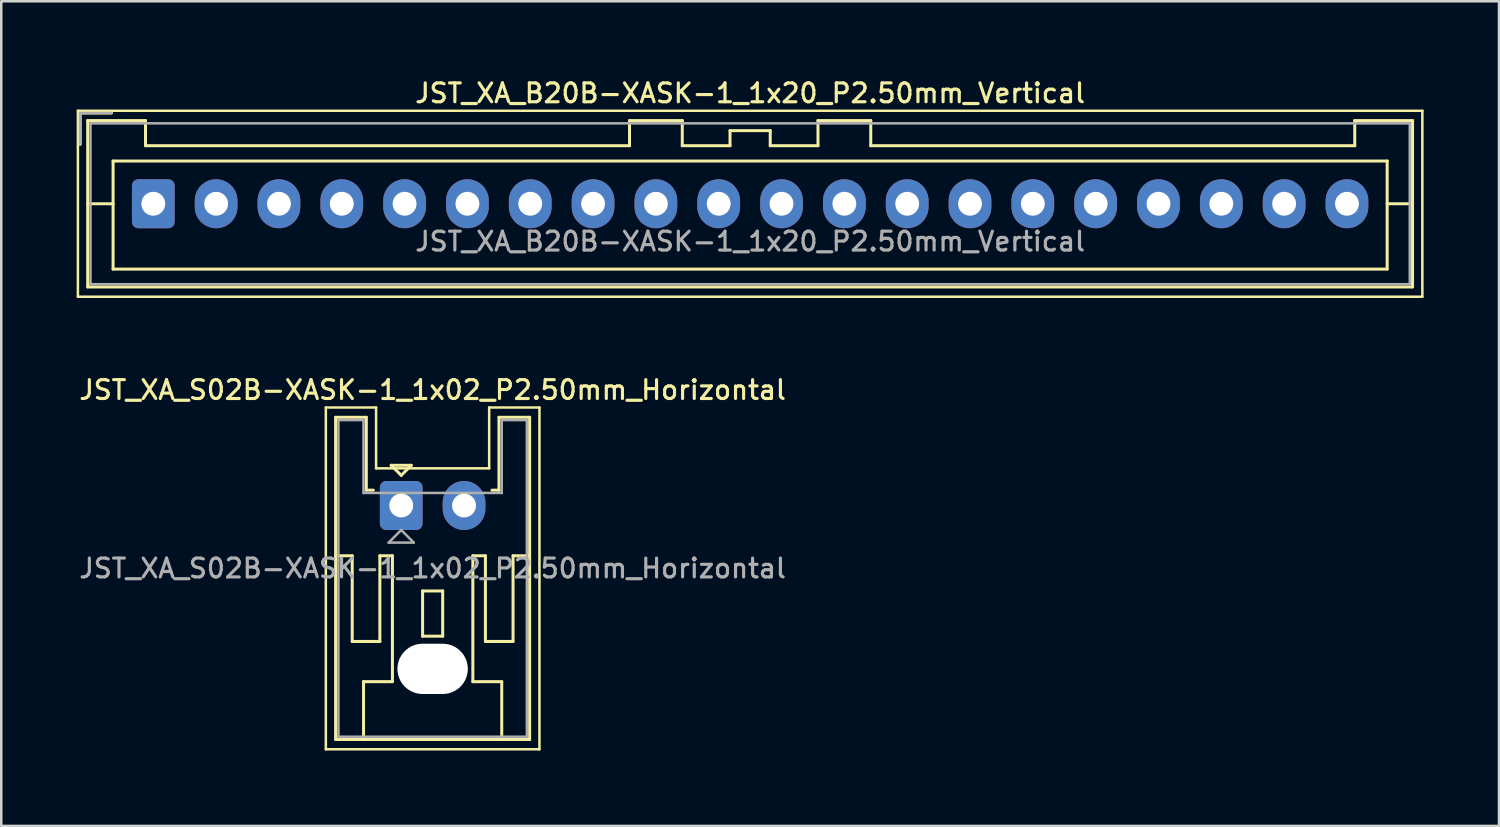
<source format=kicad_pcb>
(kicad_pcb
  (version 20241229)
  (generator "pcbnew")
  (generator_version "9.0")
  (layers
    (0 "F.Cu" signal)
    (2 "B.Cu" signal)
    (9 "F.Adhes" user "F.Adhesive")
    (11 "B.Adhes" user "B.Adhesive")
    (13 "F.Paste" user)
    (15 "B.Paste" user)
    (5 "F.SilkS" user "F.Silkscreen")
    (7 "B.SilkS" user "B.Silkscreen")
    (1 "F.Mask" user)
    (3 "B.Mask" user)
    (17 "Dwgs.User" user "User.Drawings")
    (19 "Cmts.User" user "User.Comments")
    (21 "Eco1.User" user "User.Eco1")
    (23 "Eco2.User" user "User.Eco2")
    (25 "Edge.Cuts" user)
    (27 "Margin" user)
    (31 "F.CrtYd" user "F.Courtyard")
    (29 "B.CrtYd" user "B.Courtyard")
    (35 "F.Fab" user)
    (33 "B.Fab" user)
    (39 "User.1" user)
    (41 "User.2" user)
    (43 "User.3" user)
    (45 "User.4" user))
  (footprint "JST_XA_B20B-XASK-1_1x20_P2.50mm_Vertical"
    (layer "F.Cu")
    (at 3.05 5.058)
    (property "Reference" "JST_XA_B20B-XASK-1_1x20_P2.50mm_Vertical" (at 23.75 -4.4 0) (layer "F.SilkS") (effects (font (size 0.75 0.75) (thickness 0.125))))
    (attr through_hole)
    (fp_line (start -3 -3.7) (end -3 3.7) (stroke (width 0.1) (type solid)) (layer "F.SilkS"))
    (fp_line (start -3 3.7) (end 50.5 3.7) (stroke (width 0.1) (type solid)) (layer "F.SilkS"))
    (fp_line (start -2.91 -3.61) (end -2.91 -2.36) (stroke (width 0.12) (type solid)) (layer "F.SilkS"))
    (fp_line (start -2.61 -3.31) (end -2.61 3.31) (stroke (width 0.12) (type solid)) (layer "F.SilkS"))
    (fp_line (start -2.61 0) (end -1.6 0) (stroke (width 0.12) (type solid)) (layer "F.SilkS"))
    (fp_line (start -2.61 3.31) (end 50.11 3.31) (stroke (width 0.12) (type solid)) (layer "F.SilkS"))
    (fp_line (start -1.66 -3.61) (end -2.91 -3.61) (stroke (width 0.12) (type solid)) (layer "F.SilkS"))
    (fp_line (start -1.6 -1.7) (end -1.6 2.6) (stroke (width 0.12) (type solid)) (layer "F.SilkS"))
    (fp_line (start -1.6 2.6) (end 49.1 2.6) (stroke (width 0.12) (type solid)) (layer "F.SilkS"))
    (fp_line (start -0.31 -3.31) (end -2.61 -3.31) (stroke (width 0.12) (type solid)) (layer "F.SilkS"))
    (fp_line (start -0.31 -2.31) (end -0.31 -3.31) (stroke (width 0.12) (type solid)) (layer "F.SilkS"))
    (fp_line (start 18.95 -3.31) (end 18.95 -2.31) (stroke (width 0.12) (type solid)) (layer "F.SilkS"))
    (fp_line (start 18.95 -2.31) (end -0.31 -2.31) (stroke (width 0.12) (type solid)) (layer "F.SilkS"))
    (fp_line (start 21.05 -3.31) (end 18.95 -3.31) (stroke (width 0.12) (type solid)) (layer "F.SilkS"))
    (fp_line (start 21.05 -2.31) (end 21.05 -3.31) (stroke (width 0.12) (type solid)) (layer "F.SilkS"))
    (fp_line (start 22.95 -2.91) (end 22.95 -2.31) (stroke (width 0.12) (type solid)) (layer "F.SilkS"))
    (fp_line (start 22.95 -2.31) (end 21.05 -2.31) (stroke (width 0.12) (type solid)) (layer "F.SilkS"))
    (fp_line (start 24.55 -2.91) (end 22.95 -2.91) (stroke (width 0.12) (type solid)) (layer "F.SilkS"))
    (fp_line (start 24.55 -2.31) (end 24.55 -2.91) (stroke (width 0.12) (type solid)) (layer "F.SilkS"))
    (fp_line (start 26.45 -3.31) (end 26.45 -2.31) (stroke (width 0.12) (type solid)) (layer "F.SilkS"))
    (fp_line (start 26.45 -2.31) (end 24.55 -2.31) (stroke (width 0.12) (type solid)) (layer "F.SilkS"))
    (fp_line (start 28.55 -3.31) (end 26.45 -3.31) (stroke (width 0.12) (type solid)) (layer "F.SilkS"))
    (fp_line (start 28.55 -2.31) (end 28.55 -3.31) (stroke (width 0.12) (type solid)) (layer "F.SilkS"))
    (fp_line (start 47.81 -3.31) (end 47.81 -2.31) (stroke (width 0.12) (type solid)) (layer "F.SilkS"))
    (fp_line (start 47.81 -2.31) (end 28.55 -2.31) (stroke (width 0.12) (type solid)) (layer "F.SilkS"))
    (fp_line (start 49.1 -1.7) (end -1.6 -1.7) (stroke (width 0.12) (type solid)) (layer "F.SilkS"))
    (fp_line (start 49.1 2.6) (end 49.1 -1.7) (stroke (width 0.12) (type solid)) (layer "F.SilkS"))
    (fp_line (start 50.11 -3.31) (end 47.81 -3.31) (stroke (width 0.12) (type solid)) (layer "F.SilkS"))
    (fp_line (start 50.11 0) (end 49.1 0) (stroke (width 0.12) (type solid)) (layer "F.SilkS"))
    (fp_line (start 50.11 3.31) (end 50.11 -3.31) (stroke (width 0.12) (type solid)) (layer "F.SilkS"))
    (fp_line (start 50.5 -3.7) (end -3 -3.7) (stroke (width 0.1) (type solid)) (layer "F.SilkS"))
    (fp_line (start 50.5 3.7) (end 50.5 -3.7) (stroke (width 0.1) (type solid)) (layer "F.SilkS"))
    (fp_line (start -2.91 -3.61) (end -2.91 -2.36) (stroke (width 0.1) (type solid)) (layer "F.Fab"))
    (fp_line (start -2.5 -3.2) (end -2.5 3.2) (stroke (width 0.1) (type solid)) (layer "F.Fab"))
    (fp_line (start -2.5 3.2) (end 50 3.2) (stroke (width 0.1) (type solid)) (layer "F.Fab"))
    (fp_line (start -1.66 -3.61) (end -2.91 -3.61) (stroke (width 0.1) (type solid)) (layer "F.Fab"))
    (fp_line (start 50 -3.2) (end -2.5 -3.2) (stroke (width 0.1) (type solid)) (layer "F.Fab"))
    (fp_line (start 50 3.2) (end 50 -3.2) (stroke (width 0.1) (type solid)) (layer "F.Fab"))
    (fp_text user "${REFERENCE}" (at 23.75 1.5 0) (layer "F.Fab") (effects (font (size 0.75 0.75) (thickness 0.125))))
    (pad "1" thru_hole roundrect (at 0 0) (size 1.7 1.95) (drill 0.95) (layers "*.Cu" "*.Mask") (roundrect_rratio 0.147))
    (pad "2" thru_hole oval (at 2.5 0) (size 1.7 1.95) (drill 0.95) (layers "*.Cu" "*.Mask"))
    (pad "3" thru_hole oval (at 5 0) (size 1.7 1.95) (drill 0.95) (layers "*.Cu" "*.Mask"))
    (pad "4" thru_hole oval (at 7.5 0) (size 1.7 1.95) (drill 0.95) (layers "*.Cu" "*.Mask"))
    (pad "5" thru_hole oval (at 10 0) (size 1.7 1.95) (drill 0.95) (layers "*.Cu" "*.Mask"))
    (pad "6" thru_hole oval (at 12.5 0) (size 1.7 1.95) (drill 0.95) (layers "*.Cu" "*.Mask"))
    (pad "7" thru_hole oval (at 15 0) (size 1.7 1.95) (drill 0.95) (layers "*.Cu" "*.Mask"))
    (pad "8" thru_hole oval (at 17.5 0) (size 1.7 1.95) (drill 0.95) (layers "*.Cu" "*.Mask"))
    (pad "9" thru_hole oval (at 20 0) (size 1.7 1.95) (drill 0.95) (layers "*.Cu" "*.Mask"))
    (pad "10" thru_hole oval (at 22.5 0) (size 1.7 1.95) (drill 0.95) (layers "*.Cu" "*.Mask"))
    (pad "11" thru_hole oval (at 25 0) (size 1.7 1.95) (drill 0.95) (layers "*.Cu" "*.Mask"))
    (pad "12" thru_hole oval (at 27.5 0) (size 1.7 1.95) (drill 0.95) (layers "*.Cu" "*.Mask"))
    (pad "13" thru_hole oval (at 30 0) (size 1.7 1.95) (drill 0.95) (layers "*.Cu" "*.Mask"))
    (pad "14" thru_hole oval (at 32.5 0) (size 1.7 1.95) (drill 0.95) (layers "*.Cu" "*.Mask"))
    (pad "15" thru_hole oval (at 35 0) (size 1.7 1.95) (drill 0.95) (layers "*.Cu" "*.Mask"))
    (pad "16" thru_hole oval (at 37.5 0) (size 1.7 1.95) (drill 0.95) (layers "*.Cu" "*.Mask"))
    (pad "17" thru_hole oval (at 40 0) (size 1.7 1.95) (drill 0.95) (layers "*.Cu" "*.Mask"))
    (pad "18" thru_hole oval (at 42.5 0) (size 1.7 1.95) (drill 0.95) (layers "*.Cu" "*.Mask"))
    (pad "19" thru_hole oval (at 45 0) (size 1.7 1.95) (drill 0.95) (layers "*.Cu" "*.Mask"))
    (pad "20" thru_hole oval (at 47.5 0) (size 1.7 1.95) (drill 0.95) (layers "*.Cu" "*.Mask")))
  (footprint "JST_XA_S02B-XASK-1_1x02_P2.50mm_Horizontal"
    (layer "F.Cu")
    (at 12.916 17.066)
    (property "Reference" "JST_XA_S02B-XASK-1_1x02_P2.50mm_Horizontal" (at 1.25 -4.6 0) (layer "F.SilkS") (effects (font (size 0.75 0.75) (thickness 0.125))))
    (attr through_hole)
    (fp_line (start -3 -3.9) (end -3 9.7) (stroke (width 0.1) (type solid)) (layer "F.SilkS"))
    (fp_line (start -3 9.7) (end 5.5 9.7) (stroke (width 0.1) (type solid)) (layer "F.SilkS"))
    (fp_line (start -2.61 -3.51) (end -2.61 9.31) (stroke (width 0.12) (type solid)) (layer "F.SilkS"))
    (fp_line (start -2.61 9.31) (end 5.11 9.31) (stroke (width 0.12) (type solid)) (layer "F.SilkS"))
    (fp_line (start -1.95 2) (end -2.61 2) (stroke (width 0.12) (type solid)) (layer "F.SilkS"))
    (fp_line (start -1.95 5.41) (end -1.95 2) (stroke (width 0.12) (type solid)) (layer "F.SilkS"))
    (fp_line (start -1.5 7.01) (end -0.35 7.01) (stroke (width 0.12) (type solid)) (layer "F.SilkS"))
    (fp_line (start -1.5 9.31) (end -1.5 7.01) (stroke (width 0.12) (type solid)) (layer "F.SilkS"))
    (fp_line (start -1.39 -3.51) (end -2.61 -3.51) (stroke (width 0.12) (type solid)) (layer "F.SilkS"))
    (fp_line (start -1.39 -0.61) (end -1.39 -3.51) (stroke (width 0.12) (type solid)) (layer "F.SilkS"))
    (fp_line (start -1.11 -0.61) (end -1.39 -0.61) (stroke (width 0.12) (type solid)) (layer "F.SilkS"))
    (fp_line (start -1 -3.9) (end -3 -3.9) (stroke (width 0.1) (type solid)) (layer "F.SilkS"))
    (fp_line (start -1 -1.48) (end -1 -3.9) (stroke (width 0.1) (type solid)) (layer "F.SilkS"))
    (fp_line (start -0.85 2) (end -0.85 5.41) (stroke (width 0.12) (type solid)) (layer "F.SilkS"))
    (fp_line (start -0.85 5.41) (end -1.95 5.41) (stroke (width 0.12) (type solid)) (layer "F.SilkS"))
    (fp_line (start -0.4 -1.6) (end 0.4 -1.6) (stroke (width 0.12) (type solid)) (layer "F.SilkS"))
    (fp_line (start -0.35 2) (end -0.85 2) (stroke (width 0.12) (type solid)) (layer "F.SilkS"))
    (fp_line (start -0.35 7.01) (end -0.35 2) (stroke (width 0.12) (type solid)) (layer "F.SilkS"))
    (fp_line (start 0 -1.2) (end -0.4 -1.6) (stroke (width 0.12) (type solid)) (layer "F.SilkS"))
    (fp_line (start 0.4 -1.6) (end 0 -1.2) (stroke (width 0.12) (type solid)) (layer "F.SilkS"))
    (fp_line (start 0.85 3.4) (end 1.65 3.4) (stroke (width 0.12) (type solid)) (layer "F.SilkS"))
    (fp_line (start 0.85 5.2) (end 0.85 3.4) (stroke (width 0.12) (type solid)) (layer "F.SilkS"))
    (fp_line (start 1.65 3.4) (end 1.65 5.2) (stroke (width 0.12) (type solid)) (layer "F.SilkS"))
    (fp_line (start 1.65 5.2) (end 0.85 5.2) (stroke (width 0.12) (type solid)) (layer "F.SilkS"))
    (fp_line (start 2.85 2) (end 3.35 2) (stroke (width 0.12) (type solid)) (layer "F.SilkS"))
    (fp_line (start 2.85 7.01) (end 2.85 2) (stroke (width 0.12) (type solid)) (layer "F.SilkS"))
    (fp_line (start 2.85 7.01) (end 4 7.01) (stroke (width 0.12) (type solid)) (layer "F.SilkS"))
    (fp_line (start 3.35 2) (end 3.35 5.41) (stroke (width 0.12) (type solid)) (layer "F.SilkS"))
    (fp_line (start 3.35 5.41) (end 4.45 5.41) (stroke (width 0.12) (type solid)) (layer "F.SilkS"))
    (fp_line (start 3.5 -3.9) (end 3.5 -1.48) (stroke (width 0.1) (type solid)) (layer "F.SilkS"))
    (fp_line (start 3.5 -1.48) (end -1 -1.48) (stroke (width 0.1) (type solid)) (layer "F.SilkS"))
    (fp_line (start 3.89 -3.51) (end 3.89 -0.61) (stroke (width 0.12) (type solid)) (layer "F.SilkS"))
    (fp_line (start 3.89 -0.61) (end 3.61 -0.61) (stroke (width 0.12) (type solid)) (layer "F.SilkS"))
    (fp_line (start 4 7.01) (end 4 9.31) (stroke (width 0.12) (type solid)) (layer "F.SilkS"))
    (fp_line (start 4.45 2) (end 5.11 2) (stroke (width 0.12) (type solid)) (layer "F.SilkS"))
    (fp_line (start 4.45 5.41) (end 4.45 2) (stroke (width 0.12) (type solid)) (layer "F.SilkS"))
    (fp_line (start 5.11 -3.51) (end 3.89 -3.51) (stroke (width 0.12) (type solid)) (layer "F.SilkS"))
    (fp_line (start 5.11 9.31) (end 5.11 -3.51) (stroke (width 0.12) (type solid)) (layer "F.SilkS"))
    (fp_line (start 5.5 -3.9) (end 3.5 -3.9) (stroke (width 0.1) (type solid)) (layer "F.SilkS"))
    (fp_line (start 5.5 9.7) (end 5.5 -3.9) (stroke (width 0.1) (type solid)) (layer "F.SilkS"))
    (fp_line (start -2.5 -3.4) (end -2.5 9.2) (stroke (width 0.1) (type solid)) (layer "F.Fab"))
    (fp_line (start -2.5 9.2) (end 5 9.2) (stroke (width 0.1) (type solid)) (layer "F.Fab"))
    (fp_line (start -1.5 -3.4) (end -2.5 -3.4) (stroke (width 0.1) (type solid)) (layer "F.Fab"))
    (fp_line (start -1.5 -0.5) (end -1.5 -3.4) (stroke (width 0.1) (type solid)) (layer "F.Fab"))
    (fp_line (start -0.5 1.475) (end 0.5 1.475) (stroke (width 0.1) (type solid)) (layer "F.Fab"))
    (fp_line (start 0 0.975) (end -0.5 1.475) (stroke (width 0.1) (type solid)) (layer "F.Fab"))
    (fp_line (start 0.5 1.475) (end 0 0.975) (stroke (width 0.1) (type solid)) (layer "F.Fab"))
    (fp_line (start 4 -3.4) (end 4 -0.5) (stroke (width 0.1) (type solid)) (layer "F.Fab"))
    (fp_line (start 4 -0.5) (end -1.5 -0.5) (stroke (width 0.1) (type solid)) (layer "F.Fab"))
    (fp_line (start 5 -3.4) (end 4 -3.4) (stroke (width 0.1) (type solid)) (layer "F.Fab"))
    (fp_line (start 5 9.2) (end 5 -3.4) (stroke (width 0.1) (type solid)) (layer "F.Fab"))
    (fp_text user "${REFERENCE}" (at 1.25 2.5 0) (layer "F.Fab") (effects (font (size 0.75 0.75) (thickness 0.125))))
    (pad "" np_thru_hole oval (at 1.25 6.5) (size 2.8 2) (drill oval 2.8 2) (layers "*.Cu" "*.Mask"))
    (pad "1" thru_hole roundrect (at 0 0) (size 1.7 1.95) (drill 0.95) (layers "*.Cu" "*.Mask") (roundrect_rratio 0.147))
    (pad "2" thru_hole oval (at 2.5 0) (size 1.7 1.95) (drill 0.95) (layers "*.Cu" "*.Mask")))
  (gr_rect
    (start -3 -3)
    (end 56.6 29.816)
    (stroke (width 0.1) (type default))
    (fill no)
    (layer "Edge.Cuts")))
</source>
